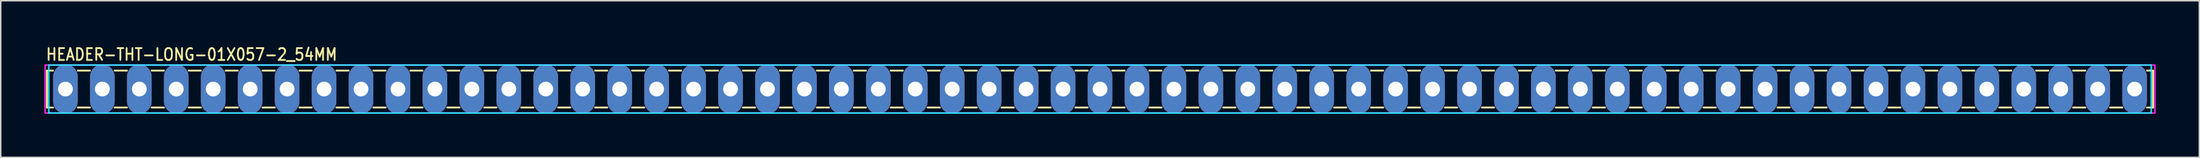
<source format=kicad_pcb>
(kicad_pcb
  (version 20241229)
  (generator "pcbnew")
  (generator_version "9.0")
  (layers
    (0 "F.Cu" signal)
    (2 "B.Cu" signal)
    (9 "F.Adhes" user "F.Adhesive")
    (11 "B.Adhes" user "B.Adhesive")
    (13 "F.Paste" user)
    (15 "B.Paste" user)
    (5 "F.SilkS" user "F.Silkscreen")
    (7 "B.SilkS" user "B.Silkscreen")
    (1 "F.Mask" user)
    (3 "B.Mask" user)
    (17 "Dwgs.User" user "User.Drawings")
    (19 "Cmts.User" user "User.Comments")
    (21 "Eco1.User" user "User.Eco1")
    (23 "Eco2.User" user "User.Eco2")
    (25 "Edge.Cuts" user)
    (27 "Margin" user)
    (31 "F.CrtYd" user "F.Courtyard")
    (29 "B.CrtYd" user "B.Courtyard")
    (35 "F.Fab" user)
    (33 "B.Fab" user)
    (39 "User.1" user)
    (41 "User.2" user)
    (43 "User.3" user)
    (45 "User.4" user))
  (footprint "HEADER-THT-LONG-01X057-2_54MM"
    (layer "F.Cu")
    (at 1.447 3.079)
    (property "Reference" "HEADER-THT-LONG-01X057-2_54MM" (at -1.4 -1.9 0) (unlocked yes) (layer "F.SilkS") (effects (font (size 0.813 0.695) (thickness 0.122)) (justify left bottom)))
    (fp_line (start -1.27 -1.27) (end -1.27 1.27) (stroke (width 0.127) (type solid)) (layer "F.SilkS"))
    (fp_line (start -1.27 1.27) (end -0.85 1.27) (stroke (width 0.127) (type solid)) (layer "F.SilkS"))
    (fp_line (start -0.85 -1.27) (end -1.27 -1.27) (stroke (width 0.127) (type solid)) (layer "F.SilkS"))
    (fp_line (start 0.85 -1.27) (end 1.69 -1.27) (stroke (width 0.127) (type solid)) (layer "F.SilkS"))
    (fp_line (start 0.85 1.27) (end 1.69 1.27) (stroke (width 0.127) (type solid)) (layer "F.SilkS"))
    (fp_line (start 3.39 -1.27) (end 4.23 -1.27) (stroke (width 0.127) (type solid)) (layer "F.SilkS"))
    (fp_line (start 3.39 1.27) (end 4.23 1.27) (stroke (width 0.127) (type solid)) (layer "F.SilkS"))
    (fp_line (start 5.93 -1.27) (end 6.77 -1.27) (stroke (width 0.127) (type solid)) (layer "F.SilkS"))
    (fp_line (start 5.93 1.27) (end 6.77 1.27) (stroke (width 0.127) (type solid)) (layer "F.SilkS"))
    (fp_line (start 8.47 -1.27) (end 9.31 -1.27) (stroke (width 0.127) (type solid)) (layer "F.SilkS"))
    (fp_line (start 8.47 1.27) (end 9.31 1.27) (stroke (width 0.127) (type solid)) (layer "F.SilkS"))
    (fp_line (start 11.01 -1.27) (end 11.85 -1.27) (stroke (width 0.127) (type solid)) (layer "F.SilkS"))
    (fp_line (start 11.01 1.27) (end 11.85 1.27) (stroke (width 0.127) (type solid)) (layer "F.SilkS"))
    (fp_line (start 13.55 -1.27) (end 14.39 -1.27) (stroke (width 0.127) (type solid)) (layer "F.SilkS"))
    (fp_line (start 13.55 1.27) (end 14.39 1.27) (stroke (width 0.127) (type solid)) (layer "F.SilkS"))
    (fp_line (start 16.09 -1.27) (end 16.93 -1.27) (stroke (width 0.127) (type solid)) (layer "F.SilkS"))
    (fp_line (start 16.09 1.27) (end 16.93 1.27) (stroke (width 0.127) (type solid)) (layer "F.SilkS"))
    (fp_line (start 18.63 -1.27) (end 19.47 -1.27) (stroke (width 0.127) (type solid)) (layer "F.SilkS"))
    (fp_line (start 18.63 1.27) (end 19.47 1.27) (stroke (width 0.127) (type solid)) (layer "F.SilkS"))
    (fp_line (start 21.17 -1.27) (end 22.01 -1.27) (stroke (width 0.127) (type solid)) (layer "F.SilkS"))
    (fp_line (start 21.17 1.27) (end 22.01 1.27) (stroke (width 0.127) (type solid)) (layer "F.SilkS"))
    (fp_line (start 23.71 -1.27) (end 24.55 -1.27) (stroke (width 0.127) (type solid)) (layer "F.SilkS"))
    (fp_line (start 23.71 1.27) (end 24.55 1.27) (stroke (width 0.127) (type solid)) (layer "F.SilkS"))
    (fp_line (start 26.25 -1.27) (end 27.09 -1.27) (stroke (width 0.127) (type solid)) (layer "F.SilkS"))
    (fp_line (start 26.25 1.27) (end 27.09 1.27) (stroke (width 0.127) (type solid)) (layer "F.SilkS"))
    (fp_line (start 28.79 -1.27) (end 29.63 -1.27) (stroke (width 0.127) (type solid)) (layer "F.SilkS"))
    (fp_line (start 28.79 1.27) (end 29.63 1.27) (stroke (width 0.127) (type solid)) (layer "F.SilkS"))
    (fp_line (start 31.33 -1.27) (end 32.17 -1.27) (stroke (width 0.127) (type solid)) (layer "F.SilkS"))
    (fp_line (start 31.33 1.27) (end 32.17 1.27) (stroke (width 0.127) (type solid)) (layer "F.SilkS"))
    (fp_line (start 33.87 -1.27) (end 34.71 -1.27) (stroke (width 0.127) (type solid)) (layer "F.SilkS"))
    (fp_line (start 33.87 1.27) (end 34.71 1.27) (stroke (width 0.127) (type solid)) (layer "F.SilkS"))
    (fp_line (start 36.41 -1.27) (end 37.25 -1.27) (stroke (width 0.127) (type solid)) (layer "F.SilkS"))
    (fp_line (start 36.41 1.27) (end 37.25 1.27) (stroke (width 0.127) (type solid)) (layer "F.SilkS"))
    (fp_line (start 38.95 -1.27) (end 39.79 -1.27) (stroke (width 0.127) (type solid)) (layer "F.SilkS"))
    (fp_line (start 38.95 1.27) (end 39.79 1.27) (stroke (width 0.127) (type solid)) (layer "F.SilkS"))
    (fp_line (start 41.49 -1.27) (end 42.33 -1.27) (stroke (width 0.127) (type solid)) (layer "F.SilkS"))
    (fp_line (start 41.49 1.27) (end 42.33 1.27) (stroke (width 0.127) (type solid)) (layer "F.SilkS"))
    (fp_line (start 44.03 -1.27) (end 44.87 -1.27) (stroke (width 0.127) (type solid)) (layer "F.SilkS"))
    (fp_line (start 44.03 1.27) (end 44.87 1.27) (stroke (width 0.127) (type solid)) (layer "F.SilkS"))
    (fp_line (start 46.57 -1.27) (end 47.41 -1.27) (stroke (width 0.127) (type solid)) (layer "F.SilkS"))
    (fp_line (start 46.57 1.27) (end 47.41 1.27) (stroke (width 0.127) (type solid)) (layer "F.SilkS"))
    (fp_line (start 49.11 -1.27) (end 49.95 -1.27) (stroke (width 0.127) (type solid)) (layer "F.SilkS"))
    (fp_line (start 49.11 1.27) (end 49.95 1.27) (stroke (width 0.127) (type solid)) (layer "F.SilkS"))
    (fp_line (start 51.65 -1.27) (end 52.49 -1.27) (stroke (width 0.127) (type solid)) (layer "F.SilkS"))
    (fp_line (start 51.65 1.27) (end 52.49 1.27) (stroke (width 0.127) (type solid)) (layer "F.SilkS"))
    (fp_line (start 54.19 -1.27) (end 55.03 -1.27) (stroke (width 0.127) (type solid)) (layer "F.SilkS"))
    (fp_line (start 54.19 1.27) (end 55.03 1.27) (stroke (width 0.127) (type solid)) (layer "F.SilkS"))
    (fp_line (start 56.73 -1.27) (end 57.57 -1.27) (stroke (width 0.127) (type solid)) (layer "F.SilkS"))
    (fp_line (start 56.73 1.27) (end 57.57 1.27) (stroke (width 0.127) (type solid)) (layer "F.SilkS"))
    (fp_line (start 59.27 -1.27) (end 60.11 -1.27) (stroke (width 0.127) (type solid)) (layer "F.SilkS"))
    (fp_line (start 59.27 1.27) (end 60.11 1.27) (stroke (width 0.127) (type solid)) (layer "F.SilkS"))
    (fp_line (start 61.81 -1.27) (end 62.65 -1.27) (stroke (width 0.127) (type solid)) (layer "F.SilkS"))
    (fp_line (start 61.81 1.27) (end 62.65 1.27) (stroke (width 0.127) (type solid)) (layer "F.SilkS"))
    (fp_line (start 64.35 -1.27) (end 65.19 -1.27) (stroke (width 0.127) (type solid)) (layer "F.SilkS"))
    (fp_line (start 64.35 1.27) (end 65.19 1.27) (stroke (width 0.127) (type solid)) (layer "F.SilkS"))
    (fp_line (start 66.89 -1.27) (end 67.73 -1.27) (stroke (width 0.127) (type solid)) (layer "F.SilkS"))
    (fp_line (start 66.89 1.27) (end 67.73 1.27) (stroke (width 0.127) (type solid)) (layer "F.SilkS"))
    (fp_line (start 69.43 -1.27) (end 70.27 -1.27) (stroke (width 0.127) (type solid)) (layer "F.SilkS"))
    (fp_line (start 69.43 1.27) (end 70.27 1.27) (stroke (width 0.127) (type solid)) (layer "F.SilkS"))
    (fp_line (start 71.97 -1.27) (end 72.81 -1.27) (stroke (width 0.127) (type solid)) (layer "F.SilkS"))
    (fp_line (start 71.97 1.27) (end 72.81 1.27) (stroke (width 0.127) (type solid)) (layer "F.SilkS"))
    (fp_line (start 74.51 -1.27) (end 75.35 -1.27) (stroke (width 0.127) (type solid)) (layer "F.SilkS"))
    (fp_line (start 74.51 1.27) (end 75.35 1.27) (stroke (width 0.127) (type solid)) (layer "F.SilkS"))
    (fp_line (start 77.05 -1.27) (end 77.89 -1.27) (stroke (width 0.127) (type solid)) (layer "F.SilkS"))
    (fp_line (start 77.05 1.27) (end 77.89 1.27) (stroke (width 0.127) (type solid)) (layer "F.SilkS"))
    (fp_line (start 79.59 -1.27) (end 80.43 -1.27) (stroke (width 0.127) (type solid)) (layer "F.SilkS"))
    (fp_line (start 79.59 1.27) (end 80.43 1.27) (stroke (width 0.127) (type solid)) (layer "F.SilkS"))
    (fp_line (start 82.13 -1.27) (end 82.97 -1.27) (stroke (width 0.127) (type solid)) (layer "F.SilkS"))
    (fp_line (start 82.13 1.27) (end 82.97 1.27) (stroke (width 0.127) (type solid)) (layer "F.SilkS"))
    (fp_line (start 84.67 -1.27) (end 85.51 -1.27) (stroke (width 0.127) (type solid)) (layer "F.SilkS"))
    (fp_line (start 84.67 1.27) (end 85.51 1.27) (stroke (width 0.127) (type solid)) (layer "F.SilkS"))
    (fp_line (start 87.21 -1.27) (end 88.05 -1.27) (stroke (width 0.127) (type solid)) (layer "F.SilkS"))
    (fp_line (start 87.21 1.27) (end 88.05 1.27) (stroke (width 0.127) (type solid)) (layer "F.SilkS"))
    (fp_line (start 89.75 -1.27) (end 90.59 -1.27) (stroke (width 0.127) (type solid)) (layer "F.SilkS"))
    (fp_line (start 89.75 1.27) (end 90.59 1.27) (stroke (width 0.127) (type solid)) (layer "F.SilkS"))
    (fp_line (start 92.29 -1.27) (end 93.13 -1.27) (stroke (width 0.127) (type solid)) (layer "F.SilkS"))
    (fp_line (start 92.29 1.27) (end 93.13 1.27) (stroke (width 0.127) (type solid)) (layer "F.SilkS"))
    (fp_line (start 94.83 -1.27) (end 95.67 -1.27) (stroke (width 0.127) (type solid)) (layer "F.SilkS"))
    (fp_line (start 94.83 1.27) (end 95.67 1.27) (stroke (width 0.127) (type solid)) (layer "F.SilkS"))
    (fp_line (start 97.37 -1.27) (end 98.21 -1.27) (stroke (width 0.127) (type solid)) (layer "F.SilkS"))
    (fp_line (start 97.37 1.27) (end 98.21 1.27) (stroke (width 0.127) (type solid)) (layer "F.SilkS"))
    (fp_line (start 99.91 -1.27) (end 100.75 -1.27) (stroke (width 0.127) (type solid)) (layer "F.SilkS"))
    (fp_line (start 99.91 1.27) (end 100.75 1.27) (stroke (width 0.127) (type solid)) (layer "F.SilkS"))
    (fp_line (start 102.45 -1.27) (end 103.29 -1.27) (stroke (width 0.127) (type solid)) (layer "F.SilkS"))
    (fp_line (start 102.45 1.27) (end 103.29 1.27) (stroke (width 0.127) (type solid)) (layer "F.SilkS"))
    (fp_line (start 104.99 -1.27) (end 105.83 -1.27) (stroke (width 0.127) (type solid)) (layer "F.SilkS"))
    (fp_line (start 104.99 1.27) (end 105.83 1.27) (stroke (width 0.127) (type solid)) (layer "F.SilkS"))
    (fp_line (start 107.53 -1.27) (end 108.37 -1.27) (stroke (width 0.127) (type solid)) (layer "F.SilkS"))
    (fp_line (start 107.53 1.27) (end 108.37 1.27) (stroke (width 0.127) (type solid)) (layer "F.SilkS"))
    (fp_line (start 110.07 -1.27) (end 110.91 -1.27) (stroke (width 0.127) (type solid)) (layer "F.SilkS"))
    (fp_line (start 110.07 1.27) (end 110.91 1.27) (stroke (width 0.127) (type solid)) (layer "F.SilkS"))
    (fp_line (start 112.61 -1.27) (end 113.45 -1.27) (stroke (width 0.127) (type solid)) (layer "F.SilkS"))
    (fp_line (start 112.61 1.27) (end 113.45 1.27) (stroke (width 0.127) (type solid)) (layer "F.SilkS"))
    (fp_line (start 115.15 -1.27) (end 115.99 -1.27) (stroke (width 0.127) (type solid)) (layer "F.SilkS"))
    (fp_line (start 115.15 1.27) (end 115.99 1.27) (stroke (width 0.127) (type solid)) (layer "F.SilkS"))
    (fp_line (start 117.69 -1.27) (end 118.53 -1.27) (stroke (width 0.127) (type solid)) (layer "F.SilkS"))
    (fp_line (start 117.69 1.27) (end 118.53 1.27) (stroke (width 0.127) (type solid)) (layer "F.SilkS"))
    (fp_line (start 120.23 -1.27) (end 121.07 -1.27) (stroke (width 0.127) (type solid)) (layer "F.SilkS"))
    (fp_line (start 120.23 1.27) (end 121.07 1.27) (stroke (width 0.127) (type solid)) (layer "F.SilkS"))
    (fp_line (start 122.77 -1.27) (end 123.61 -1.27) (stroke (width 0.127) (type solid)) (layer "F.SilkS"))
    (fp_line (start 122.77 1.27) (end 123.61 1.27) (stroke (width 0.127) (type solid)) (layer "F.SilkS"))
    (fp_line (start 125.31 -1.27) (end 126.15 -1.27) (stroke (width 0.127) (type solid)) (layer "F.SilkS"))
    (fp_line (start 125.31 1.27) (end 126.15 1.27) (stroke (width 0.127) (type solid)) (layer "F.SilkS"))
    (fp_line (start 127.85 -1.27) (end 128.69 -1.27) (stroke (width 0.127) (type solid)) (layer "F.SilkS"))
    (fp_line (start 127.85 1.27) (end 128.69 1.27) (stroke (width 0.127) (type solid)) (layer "F.SilkS"))
    (fp_line (start 130.39 -1.27) (end 131.23 -1.27) (stroke (width 0.127) (type solid)) (layer "F.SilkS"))
    (fp_line (start 130.39 1.27) (end 131.23 1.27) (stroke (width 0.127) (type solid)) (layer "F.SilkS"))
    (fp_line (start 132.93 -1.27) (end 133.77 -1.27) (stroke (width 0.127) (type solid)) (layer "F.SilkS"))
    (fp_line (start 132.93 1.27) (end 133.77 1.27) (stroke (width 0.127) (type solid)) (layer "F.SilkS"))
    (fp_line (start 135.47 -1.27) (end 136.31 -1.27) (stroke (width 0.127) (type solid)) (layer "F.SilkS"))
    (fp_line (start 135.47 1.27) (end 136.31 1.27) (stroke (width 0.127) (type solid)) (layer "F.SilkS"))
    (fp_line (start 138.01 -1.27) (end 138.85 -1.27) (stroke (width 0.127) (type solid)) (layer "F.SilkS"))
    (fp_line (start 138.01 1.27) (end 138.85 1.27) (stroke (width 0.127) (type solid)) (layer "F.SilkS"))
    (fp_line (start 140.55 -1.27) (end 141.39 -1.27) (stroke (width 0.127) (type solid)) (layer "F.SilkS"))
    (fp_line (start 140.55 1.27) (end 141.39 1.27) (stroke (width 0.127) (type solid)) (layer "F.SilkS"))
    (fp_line (start 143.09 -1.27) (end 143.51 -1.27) (stroke (width 0.127) (type solid)) (layer "F.SilkS"))
    (fp_line (start 143.51 -1.27) (end 143.51 1.27) (stroke (width 0.127) (type solid)) (layer "F.SilkS"))
    (fp_line (start 143.51 1.27) (end 143.09 1.27) (stroke (width 0.127) (type solid)) (layer "F.SilkS"))
    (fp_poly (pts (xy -1.143 -1.651) (xy 143.383 -1.651) (xy 143.383 1.651) (xy -1.143 1.651)) (stroke (width 0.1) (type solid)) (fill no) (layer "B.CrtYd"))
    (fp_poly (pts (xy -1.397 -1.651) (xy 143.637 -1.651) (xy 143.637 1.651) (xy -1.397 1.651)) (stroke (width 0.1) (type solid)) (fill no) (layer "F.CrtYd"))
    (pad "1" thru_hole oval (at 0 0 90) (size 3.387 1.693) (drill 1.016) (layers "*.Cu" "*.Mask"))
    (pad "2" thru_hole oval (at 2.54 0 90) (size 3.387 1.693) (drill 1.016) (layers "*.Cu" "*.Mask"))
    (pad "3" thru_hole oval (at 5.08 0 90) (size 3.387 1.693) (drill 1.016) (layers "*.Cu" "*.Mask"))
    (pad "4" thru_hole oval (at 7.62 0 90) (size 3.387 1.693) (drill 1.016) (layers "*.Cu" "*.Mask"))
    (pad "5" thru_hole oval (at 10.16 0 90) (size 3.387 1.693) (drill 1.016) (layers "*.Cu" "*.Mask"))
    (pad "6" thru_hole oval (at 12.7 0 90) (size 3.387 1.693) (drill 1.016) (layers "*.Cu" "*.Mask"))
    (pad "7" thru_hole oval (at 15.24 0 90) (size 3.387 1.693) (drill 1.016) (layers "*.Cu" "*.Mask"))
    (pad "8" thru_hole oval (at 17.78 0 90) (size 3.387 1.693) (drill 1.016) (layers "*.Cu" "*.Mask"))
    (pad "9" thru_hole oval (at 20.32 0 90) (size 3.387 1.693) (drill 1.016) (layers "*.Cu" "*.Mask"))
    (pad "10" thru_hole oval (at 22.86 0 90) (size 3.387 1.693) (drill 1.016) (layers "*.Cu" "*.Mask"))
    (pad "11" thru_hole oval (at 25.4 0 90) (size 3.387 1.693) (drill 1.016) (layers "*.Cu" "*.Mask"))
    (pad "12" thru_hole oval (at 27.94 0 90) (size 3.387 1.693) (drill 1.016) (layers "*.Cu" "*.Mask"))
    (pad "13" thru_hole oval (at 30.48 0 90) (size 3.387 1.693) (drill 1.016) (layers "*.Cu" "*.Mask"))
    (pad "14" thru_hole oval (at 33.02 0 90) (size 3.387 1.693) (drill 1.016) (layers "*.Cu" "*.Mask"))
    (pad "15" thru_hole oval (at 35.56 0 90) (size 3.387 1.693) (drill 1.016) (layers "*.Cu" "*.Mask"))
    (pad "16" thru_hole oval (at 38.1 0 90) (size 3.387 1.693) (drill 1.016) (layers "*.Cu" "*.Mask"))
    (pad "17" thru_hole oval (at 40.64 0 90) (size 3.387 1.693) (drill 1.016) (layers "*.Cu" "*.Mask"))
    (pad "18" thru_hole oval (at 43.18 0 90) (size 3.387 1.693) (drill 1.016) (layers "*.Cu" "*.Mask"))
    (pad "19" thru_hole oval (at 45.72 0 90) (size 3.387 1.693) (drill 1.016) (layers "*.Cu" "*.Mask"))
    (pad "20" thru_hole oval (at 48.26 0 90) (size 3.387 1.693) (drill 1.016) (layers "*.Cu" "*.Mask"))
    (pad "21" thru_hole oval (at 50.8 0 90) (size 3.387 1.693) (drill 1.016) (layers "*.Cu" "*.Mask"))
    (pad "22" thru_hole oval (at 53.34 0 90) (size 3.387 1.693) (drill 1.016) (layers "*.Cu" "*.Mask"))
    (pad "23" thru_hole oval (at 55.88 0 90) (size 3.387 1.693) (drill 1.016) (layers "*.Cu" "*.Mask"))
    (pad "24" thru_hole oval (at 58.42 0 90) (size 3.387 1.693) (drill 1.016) (layers "*.Cu" "*.Mask"))
    (pad "25" thru_hole oval (at 60.96 0 90) (size 3.387 1.693) (drill 1.016) (layers "*.Cu" "*.Mask"))
    (pad "26" thru_hole oval (at 63.5 0 90) (size 3.387 1.693) (drill 1.016) (layers "*.Cu" "*.Mask"))
    (pad "27" thru_hole oval (at 66.04 0 90) (size 3.387 1.693) (drill 1.016) (layers "*.Cu" "*.Mask"))
    (pad "28" thru_hole oval (at 68.58 0 90) (size 3.387 1.693) (drill 1.016) (layers "*.Cu" "*.Mask"))
    (pad "29" thru_hole oval (at 71.12 0 90) (size 3.387 1.693) (drill 1.016) (layers "*.Cu" "*.Mask"))
    (pad "30" thru_hole oval (at 73.66 0 90) (size 3.387 1.693) (drill 1.016) (layers "*.Cu" "*.Mask"))
    (pad "31" thru_hole oval (at 76.2 0 90) (size 3.387 1.693) (drill 1.016) (layers "*.Cu" "*.Mask"))
    (pad "32" thru_hole oval (at 78.74 0 90) (size 3.387 1.693) (drill 1.016) (layers "*.Cu" "*.Mask"))
    (pad "33" thru_hole oval (at 81.28 0 90) (size 3.387 1.693) (drill 1.016) (layers "*.Cu" "*.Mask"))
    (pad "34" thru_hole oval (at 83.82 0 90) (size 3.387 1.693) (drill 1.016) (layers "*.Cu" "*.Mask"))
    (pad "35" thru_hole oval (at 86.36 0 90) (size 3.387 1.693) (drill 1.016) (layers "*.Cu" "*.Mask"))
    (pad "36" thru_hole oval (at 88.9 0 90) (size 3.387 1.693) (drill 1.016) (layers "*.Cu" "*.Mask"))
    (pad "37" thru_hole oval (at 91.44 0 90) (size 3.387 1.693) (drill 1.016) (layers "*.Cu" "*.Mask"))
    (pad "38" thru_hole oval (at 93.98 0 90) (size 3.387 1.693) (drill 1.016) (layers "*.Cu" "*.Mask"))
    (pad "39" thru_hole oval (at 96.52 0 90) (size 3.387 1.693) (drill 1.016) (layers "*.Cu" "*.Mask"))
    (pad "40" thru_hole oval (at 99.06 0 90) (size 3.387 1.693) (drill 1.016) (layers "*.Cu" "*.Mask"))
    (pad "41" thru_hole oval (at 101.6 0 90) (size 3.387 1.693) (drill 1.016) (layers "*.Cu" "*.Mask"))
    (pad "42" thru_hole oval (at 104.14 0 90) (size 3.387 1.693) (drill 1.016) (layers "*.Cu" "*.Mask"))
    (pad "43" thru_hole oval (at 106.68 0 90) (size 3.387 1.693) (drill 1.016) (layers "*.Cu" "*.Mask"))
    (pad "44" thru_hole oval (at 109.22 0 90) (size 3.387 1.693) (drill 1.016) (layers "*.Cu" "*.Mask"))
    (pad "45" thru_hole oval (at 111.76 0 90) (size 3.387 1.693) (drill 1.016) (layers "*.Cu" "*.Mask"))
    (pad "46" thru_hole oval (at 114.3 0 90) (size 3.387 1.693) (drill 1.016) (layers "*.Cu" "*.Mask"))
    (pad "47" thru_hole oval (at 116.84 0 90) (size 3.387 1.693) (drill 1.016) (layers "*.Cu" "*.Mask"))
    (pad "48" thru_hole oval (at 119.38 0 90) (size 3.387 1.693) (drill 1.016) (layers "*.Cu" "*.Mask"))
    (pad "49" thru_hole oval (at 121.92 0 90) (size 3.387 1.693) (drill 1.016) (layers "*.Cu" "*.Mask"))
    (pad "50" thru_hole oval (at 124.46 0 90) (size 3.387 1.693) (drill 1.016) (layers "*.Cu" "*.Mask"))
    (pad "51" thru_hole oval (at 127 0 90) (size 3.387 1.693) (drill 1.016) (layers "*.Cu" "*.Mask"))
    (pad "52" thru_hole oval (at 129.54 0 90) (size 3.387 1.693) (drill 1.016) (layers "*.Cu" "*.Mask"))
    (pad "53" thru_hole oval (at 132.08 0 90) (size 3.387 1.693) (drill 1.016) (layers "*.Cu" "*.Mask"))
    (pad "54" thru_hole oval (at 134.62 0 90) (size 3.387 1.693) (drill 1.016) (layers "*.Cu" "*.Mask"))
    (pad "55" thru_hole oval (at 137.16 0 90) (size 3.387 1.693) (drill 1.016) (layers "*.Cu" "*.Mask"))
    (pad "56" thru_hole oval (at 139.7 0 90) (size 3.387 1.693) (drill 1.016) (layers "*.Cu" "*.Mask"))
    (pad "57" thru_hole oval (at 142.24 0 90) (size 3.387 1.693) (drill 1.016) (layers "*.Cu" "*.Mask")))
  (gr_rect
    (start -3 -3)
    (end 148.134 7.78)
    (stroke (width 0.1) (type default))
    (fill no)
    (layer "Edge.Cuts")))
</source>
